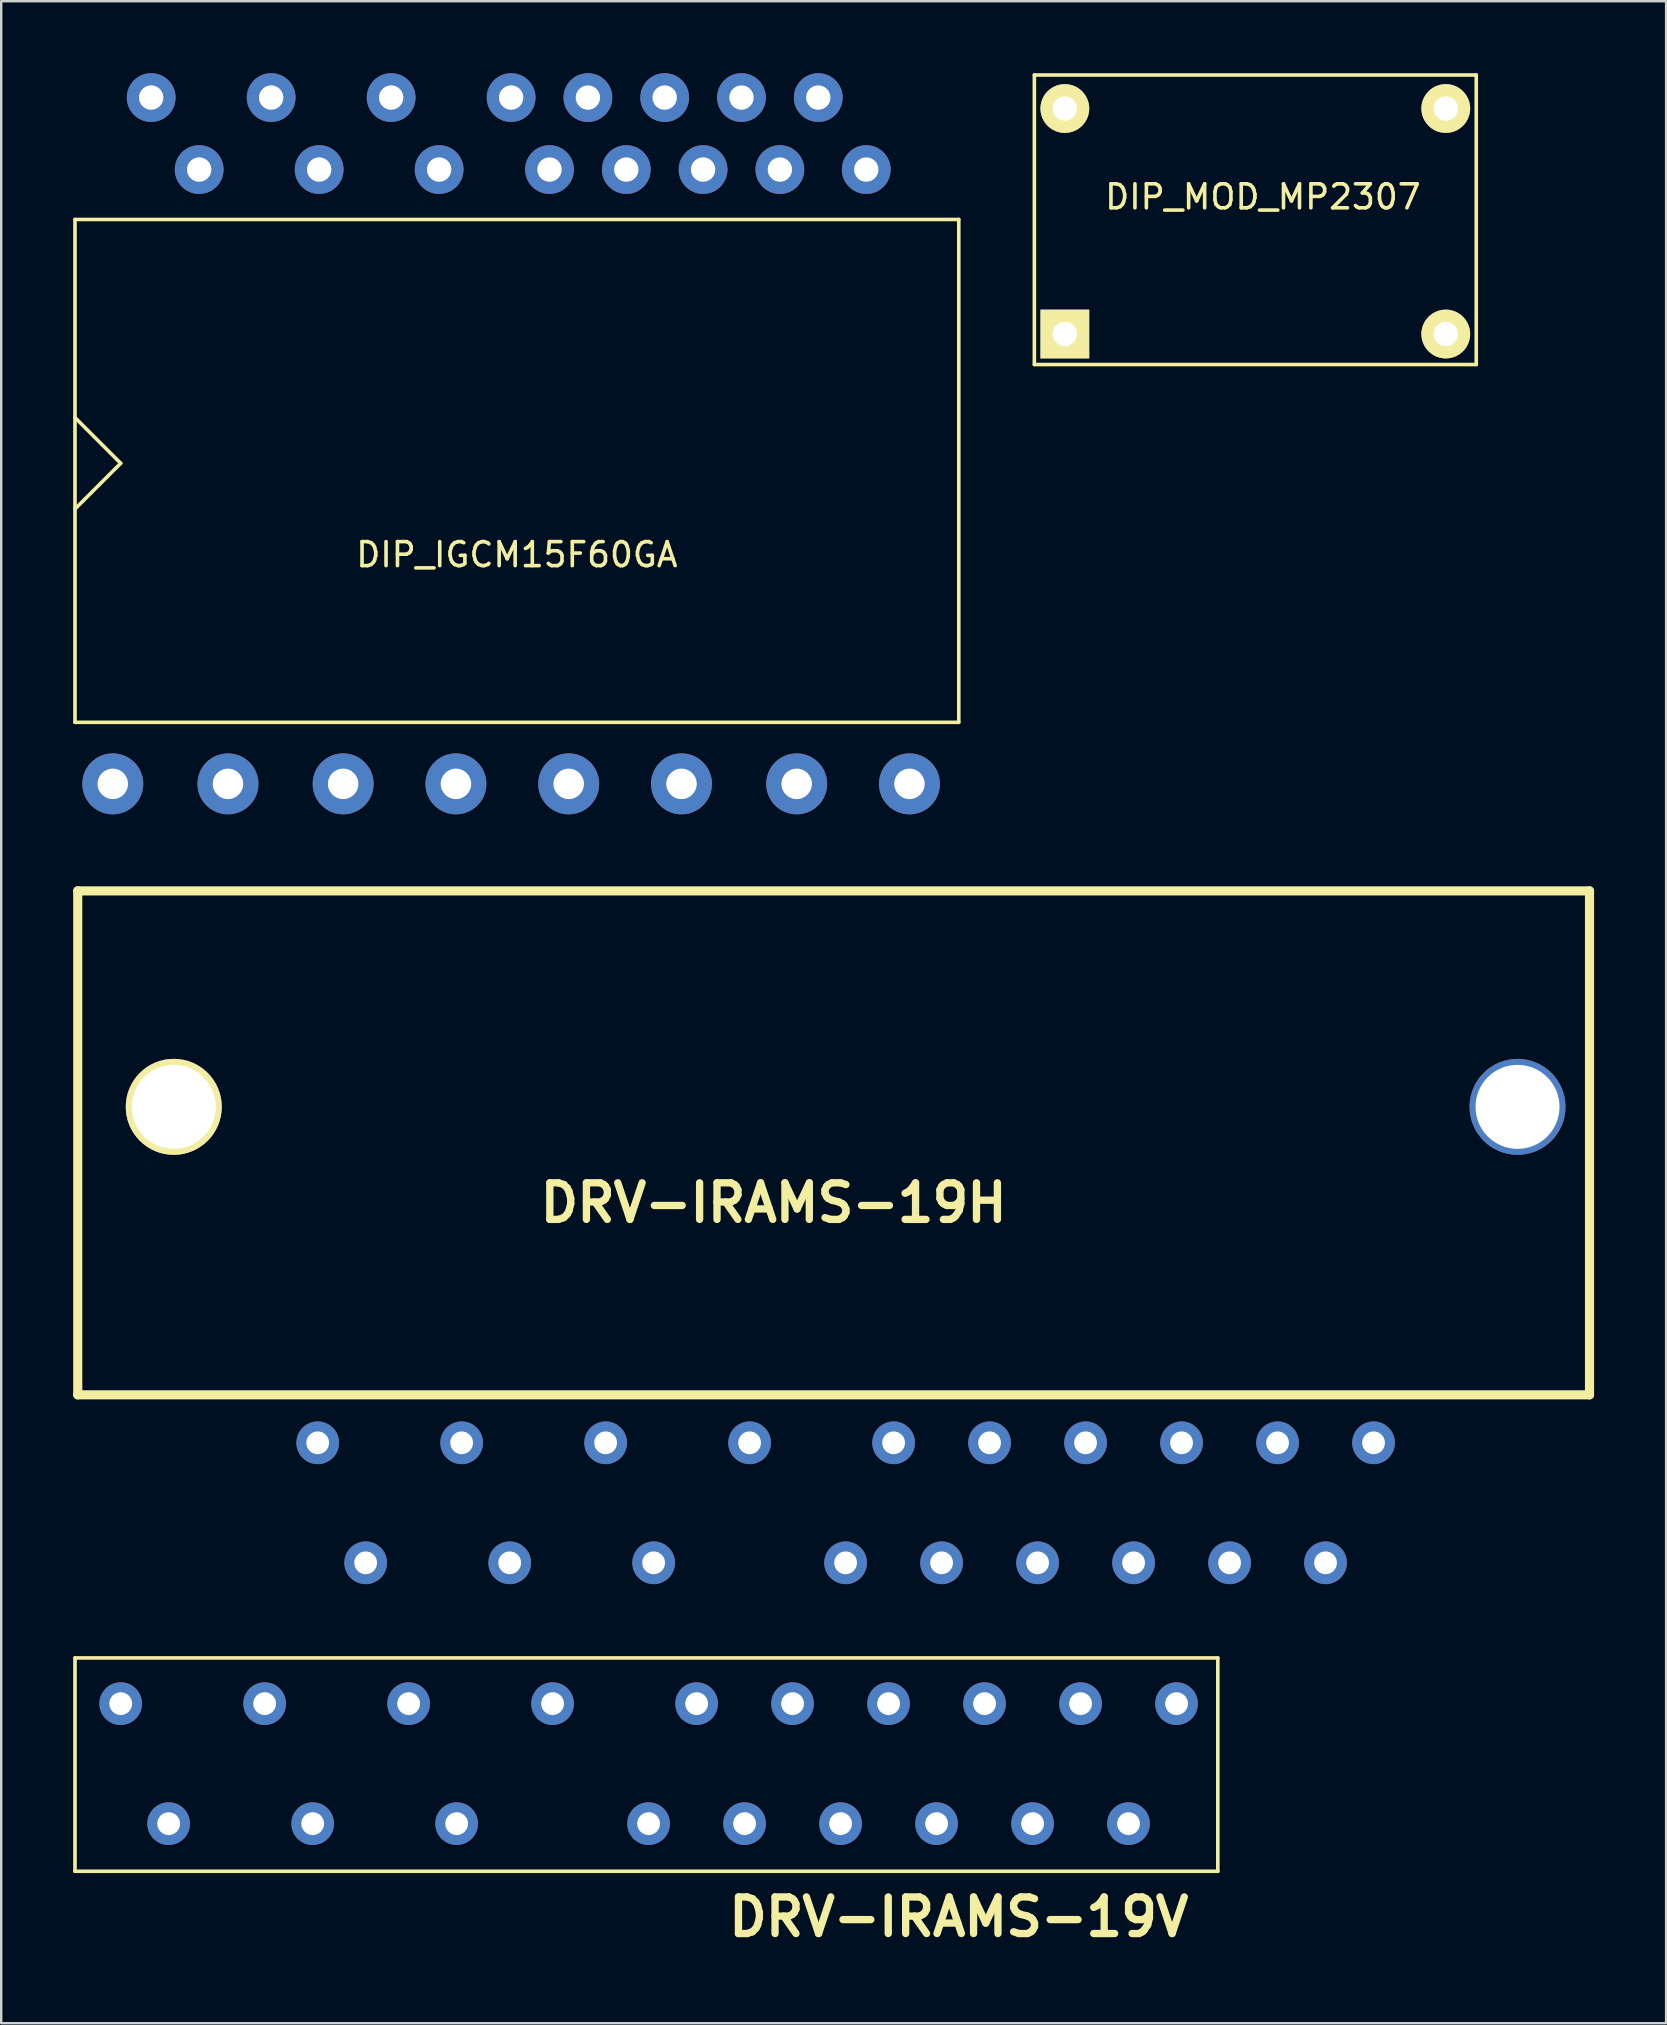
<source format=kicad_pcb>
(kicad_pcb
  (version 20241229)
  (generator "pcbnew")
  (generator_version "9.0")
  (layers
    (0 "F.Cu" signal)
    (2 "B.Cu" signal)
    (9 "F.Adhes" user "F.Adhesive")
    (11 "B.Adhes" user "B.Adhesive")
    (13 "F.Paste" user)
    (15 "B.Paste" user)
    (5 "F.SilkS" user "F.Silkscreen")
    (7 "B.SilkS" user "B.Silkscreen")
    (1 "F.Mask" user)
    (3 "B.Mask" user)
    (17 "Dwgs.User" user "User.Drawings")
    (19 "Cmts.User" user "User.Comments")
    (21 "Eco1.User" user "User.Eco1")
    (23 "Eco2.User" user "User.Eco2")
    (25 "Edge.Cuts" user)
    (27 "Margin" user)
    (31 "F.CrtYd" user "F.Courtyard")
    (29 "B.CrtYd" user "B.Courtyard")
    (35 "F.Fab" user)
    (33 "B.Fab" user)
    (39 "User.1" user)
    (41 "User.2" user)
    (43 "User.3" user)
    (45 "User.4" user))
  (footprint "DIP_MOD_MP2307"
    (layer "F.Cu")
    (at 41.325 10.87)
    (property "Reference" "DIP_MOD_MP2307" (at 8.255 -5.715 0) (layer "F.SilkS") (effects (font (size 1 1) (thickness 0.15))))
    (attr through_hole)
    (fp_line (start -1.27 -10.795) (end -1.27 1.27) (stroke (width 0.15) (type solid)) (layer "F.SilkS"))
    (fp_line (start -1.27 1.27) (end 17.145 1.27) (stroke (width 0.15) (type solid)) (layer "F.SilkS"))
    (fp_line (start 17.145 -10.795) (end -1.27 -10.795) (stroke (width 0.15) (type solid)) (layer "F.SilkS"))
    (fp_line (start 17.145 1.27) (end 17.145 -10.795) (stroke (width 0.15) (type solid)) (layer "F.SilkS"))
    (pad "1" thru_hole rect (at 0 0) (size 2.032 2.032) (drill 1.016) (layers "*.Cu" "*.Mask" "F.SilkS"))
    (pad "2" thru_hole circle (at 0 -9.398) (size 2.032 2.032) (drill 1.016) (layers "*.Cu" "*.Mask" "F.SilkS"))
    (pad "3" thru_hole circle (at 15.875 0) (size 2.032 2.032) (drill 1.016) (layers "*.Cu" "*.Mask" "F.SilkS"))
    (pad "4" thru_hole circle (at 15.875 -9.398) (size 2.032 2.032) (drill 1.016) (layers "*.Cu" "*.Mask" "F.SilkS")))
  (footprint "DRV-IRAMS-19H"
    (layer "F.Cu")
    (at 10.19 57.076)
    (property "Reference" "DRV-IRAMS-19H" (at 18.999 -10 0) (layer "F.SilkS") (effects (font (size 1.524 1.524) (thickness 0.305))))
    (attr through_hole)
    (fp_line (start -10 -23) (end -10 -1.999) (stroke (width 0.381) (type solid)) (layer "F.SilkS"))
    (fp_line (start -10 -1.999) (end 53 -1.999) (stroke (width 0.381) (type solid)) (layer "F.SilkS"))
    (fp_line (start 53 -23) (end -10 -23) (stroke (width 0.381) (type solid)) (layer "F.SilkS"))
    (fp_line (start 53 -1.999) (end 53 -23) (stroke (width 0.381) (type solid)) (layer "F.SilkS"))
    (pad "1" thru_hole circle (at 0 0) (size 1.778 1.778) (drill 0.95) (layers "*.Cu"))
    (pad "2" thru_hole circle (at 1.999 5.001) (size 1.778 1.778) (drill 0.95) (layers "*.Cu"))
    (pad "3" thru_hole circle (at 5.999 0) (size 1.778 1.778) (drill 0.95) (layers "*.Cu"))
    (pad "4" thru_hole circle (at 8.001 5.001) (size 1.778 1.778) (drill 0.95) (layers "*.Cu"))
    (pad "5" thru_hole circle (at 11.999 0) (size 1.778 1.778) (drill 0.95) (layers "*.Cu"))
    (pad "6" thru_hole circle (at 14 5.001) (size 1.778 1.778) (drill 0.95) (layers "*.Cu"))
    (pad "7" thru_hole circle (at 17.998 0) (size 1.778 1.778) (drill 0.95) (layers "*.Cu"))
    (pad "8" thru_hole circle (at 21.999 5.001) (size 1.778 1.778) (drill 0.95) (layers "*.Cu"))
    (pad "9" thru_hole circle (at 24 0) (size 1.778 1.778) (drill 0.95) (layers "*.Cu"))
    (pad "10" thru_hole circle (at 25.999 5.001) (size 1.778 1.778) (drill 0.95) (layers "*.Cu"))
    (pad "11" thru_hole circle (at 27.998 0) (size 1.778 1.778) (drill 0.95) (layers "*.Cu"))
    (pad "12" thru_hole circle (at 30 5.001) (size 1.778 1.778) (drill 0.95) (layers "*.Cu"))
    (pad "13" thru_hole circle (at 31.999 0) (size 1.778 1.778) (drill 0.95) (layers "*.Cu"))
    (pad "14" thru_hole circle (at 34 5.001) (size 1.778 1.778) (drill 0.95) (layers "*.Cu"))
    (pad "15" thru_hole circle (at 35.999 0) (size 1.778 1.778) (drill 0.95) (layers "*.Cu"))
    (pad "16" thru_hole circle (at 38.001 5.001) (size 1.778 1.778) (drill 0.95) (layers "*.Cu"))
    (pad "17" thru_hole circle (at 40 0) (size 1.778 1.778) (drill 0.95) (layers "*.Cu"))
    (pad "18" thru_hole circle (at 41.999 5.001) (size 1.778 1.778) (drill 0.95) (layers "*.Cu"))
    (pad "19" thru_hole circle (at 44 0) (size 1.778 1.778) (drill 0.95) (layers "*.Cu"))
    (pad "20" thru_hole circle (at -5.999 -14) (size 4 4) (drill 3.5) (layers "*.Cu" "*.Mask" "F.SilkS"))
    (pad "21" thru_hole circle (at 50 -14) (size 4 4) (drill 3.5) (layers "*.Cu")))
  (footprint "DRV-IRAMS-19V"
    (layer "F.Cu")
    (at 1.98 67.946)
    (property "Reference" "DRV-IRAMS-19V" (at 34.925 8.89 0) (layer "F.SilkS") (effects (font (size 1.524 1.524) (thickness 0.305))))
    (attr through_hole)
    (fp_line (start -1.905 -1.905) (end 45.72 -1.905) (stroke (width 0.15) (type solid)) (layer "F.SilkS"))
    (fp_line (start -1.905 6.985) (end -1.905 -1.905) (stroke (width 0.15) (type solid)) (layer "F.SilkS"))
    (fp_line (start 45.72 -1.905) (end 45.72 6.985) (stroke (width 0.15) (type solid)) (layer "F.SilkS"))
    (fp_line (start 45.72 6.985) (end -1.905 6.985) (stroke (width 0.15) (type solid)) (layer "F.SilkS"))
    (pad "1" thru_hole circle (at 0 0) (size 1.778 1.778) (drill 0.95) (layers "*.Cu"))
    (pad "2" thru_hole circle (at 1.999 5.001) (size 1.778 1.778) (drill 0.95) (layers "*.Cu"))
    (pad "3" thru_hole circle (at 5.999 0) (size 1.778 1.778) (drill 0.95) (layers "*.Cu"))
    (pad "4" thru_hole circle (at 8.001 5.001) (size 1.778 1.778) (drill 0.95) (layers "*.Cu"))
    (pad "5" thru_hole circle (at 11.999 0) (size 1.778 1.778) (drill 0.95) (layers "*.Cu"))
    (pad "6" thru_hole circle (at 14 5.001) (size 1.778 1.778) (drill 0.95) (layers "*.Cu"))
    (pad "7" thru_hole circle (at 17.998 0) (size 1.778 1.778) (drill 0.95) (layers "*.Cu"))
    (pad "8" thru_hole circle (at 21.999 5.001) (size 1.778 1.778) (drill 0.95) (layers "*.Cu"))
    (pad "9" thru_hole circle (at 24 0) (size 1.778 1.778) (drill 0.95) (layers "*.Cu"))
    (pad "10" thru_hole circle (at 25.999 5.001) (size 1.778 1.778) (drill 0.95) (layers "*.Cu"))
    (pad "11" thru_hole circle (at 27.998 0) (size 1.778 1.778) (drill 0.95) (layers "*.Cu"))
    (pad "12" thru_hole circle (at 30 5.001) (size 1.778 1.778) (drill 0.95) (layers "*.Cu"))
    (pad "13" thru_hole circle (at 31.999 0) (size 1.778 1.778) (drill 0.95) (layers "*.Cu"))
    (pad "14" thru_hole circle (at 34 5.001) (size 1.778 1.778) (drill 0.95) (layers "*.Cu"))
    (pad "15" thru_hole circle (at 35.999 0) (size 1.778 1.778) (drill 0.95) (layers "*.Cu"))
    (pad "16" thru_hole circle (at 38.001 5.001) (size 1.778 1.778) (drill 0.95) (layers "*.Cu"))
    (pad "17" thru_hole circle (at 40 0) (size 1.778 1.778) (drill 0.95) (layers "*.Cu"))
    (pad "18" thru_hole circle (at 41.999 5.001) (size 1.778 1.778) (drill 0.95) (layers "*.Cu"))
    (pad "19" thru_hole circle (at 44 0) (size 1.778 1.778) (drill 0.95) (layers "*.Cu")))
  (footprint "DIP_IGCM15F60GA"
    (layer "F.Cu")
    (at 3.25 1.016)
    (property "Reference" "DIP_IGCM15F60GA" (at 15.24 19.05 0) (layer "F.SilkS") (effects (font (size 1 1) (thickness 0.15))))
    (attr through_hole)
    (fp_line (start -3.175 5.08) (end -3.175 26.035) (stroke (width 0.15) (type solid)) (layer "F.SilkS"))
    (fp_line (start -3.175 13.335) (end -1.27 15.24) (stroke (width 0.15) (type solid)) (layer "F.SilkS"))
    (fp_line (start -3.175 26.035) (end 33.655 26.035) (stroke (width 0.15) (type solid)) (layer "F.SilkS"))
    (fp_line (start -1.27 15.24) (end -3.175 17.145) (stroke (width 0.15) (type solid)) (layer "F.SilkS"))
    (fp_line (start 33.655 5.08) (end -3.175 5.08) (stroke (width 0.15) (type solid)) (layer "F.SilkS"))
    (fp_line (start 33.655 26.035) (end 33.655 5.08) (stroke (width 0.15) (type solid)) (layer "F.SilkS"))
    (pad "1" thru_hole circle (at 0 0) (size 2.032 2.032) (drill 1.016) (layers "*.Cu" "*.Mask"))
    (pad "2" thru_hole circle (at 2 3) (size 2.032 2.032) (drill 1.016) (layers "*.Cu" "*.Mask"))
    (pad "3" thru_hole circle (at 5 0) (size 2.032 2.032) (drill 1.016) (layers "*.Cu" "*.Mask"))
    (pad "4" thru_hole circle (at 7 3) (size 2.032 2.032) (drill 1.016) (layers "*.Cu" "*.Mask"))
    (pad "5" thru_hole circle (at 10 0) (size 2.032 2.032) (drill 1.016) (layers "*.Cu" "*.Mask"))
    (pad "6" thru_hole circle (at 12 3) (size 2.032 2.032) (drill 1.016) (layers "*.Cu" "*.Mask"))
    (pad "7" thru_hole circle (at 15 0) (size 2.032 2.032) (drill 1.016) (layers "*.Cu" "*.Mask"))
    (pad "8" thru_hole circle (at 16.6 3) (size 2.032 2.032) (drill 1.016) (layers "*.Cu" "*.Mask"))
    (pad "9" thru_hole circle (at 18.2 0) (size 2.032 2.032) (drill 1.016) (layers "*.Cu" "*.Mask"))
    (pad "10" thru_hole circle (at 19.8 3) (size 2.032 2.032) (drill 1.016) (layers "*.Cu" "*.Mask"))
    (pad "11" thru_hole circle (at 21.4 0) (size 2.032 2.032) (drill 1.016) (layers "*.Cu" "*.Mask"))
    (pad "12" thru_hole circle (at 23 3) (size 2.032 2.032) (drill 1.016) (layers "*.Cu" "*.Mask"))
    (pad "13" thru_hole circle (at 24.6 0) (size 2.032 2.032) (drill 1.016) (layers "*.Cu" "*.Mask"))
    (pad "14" thru_hole circle (at 26.2 3) (size 2.032 2.032) (drill 1.016) (layers "*.Cu" "*.Mask"))
    (pad "15" thru_hole circle (at 27.8 0) (size 2.032 2.032) (drill 1.016) (layers "*.Cu" "*.Mask"))
    (pad "16" thru_hole circle (at 29.8 3) (size 2.032 2.032) (drill 1.016) (layers "*.Cu" "*.Mask"))
    (pad "17" thru_hole circle (at 31.6 28.6) (size 2.54 2.54) (drill 1.27) (layers "*.Cu" "*.Mask"))
    (pad "18" thru_hole circle (at 26.9 28.6) (size 2.54 2.54) (drill 1.27) (layers "*.Cu" "*.Mask"))
    (pad "19" thru_hole circle (at 22.1 28.6) (size 2.54 2.54) (drill 1.27) (layers "*.Cu" "*.Mask"))
    (pad "20" thru_hole circle (at 17.4 28.6) (size 2.54 2.54) (drill 1.27) (layers "*.Cu" "*.Mask"))
    (pad "21" thru_hole circle (at 12.7 28.6) (size 2.54 2.54) (drill 1.27) (layers "*.Cu" "*.Mask"))
    (pad "22" thru_hole circle (at 8 28.6) (size 2.54 2.54) (drill 1.27) (layers "*.Cu" "*.Mask"))
    (pad "23" thru_hole circle (at 3.2 28.6) (size 2.54 2.54) (drill 1.27) (layers "*.Cu" "*.Mask"))
    (pad "24" thru_hole circle (at -1.6 28.6) (size 2.54 2.54) (drill 1.27) (layers "*.Cu" "*.Mask")))
  (gr_rect
    (start -3 -3)
    (end 66.381 81.263)
    (stroke (width 0.1) (type default))
    (fill no)
    (layer "Edge.Cuts")))
</source>
